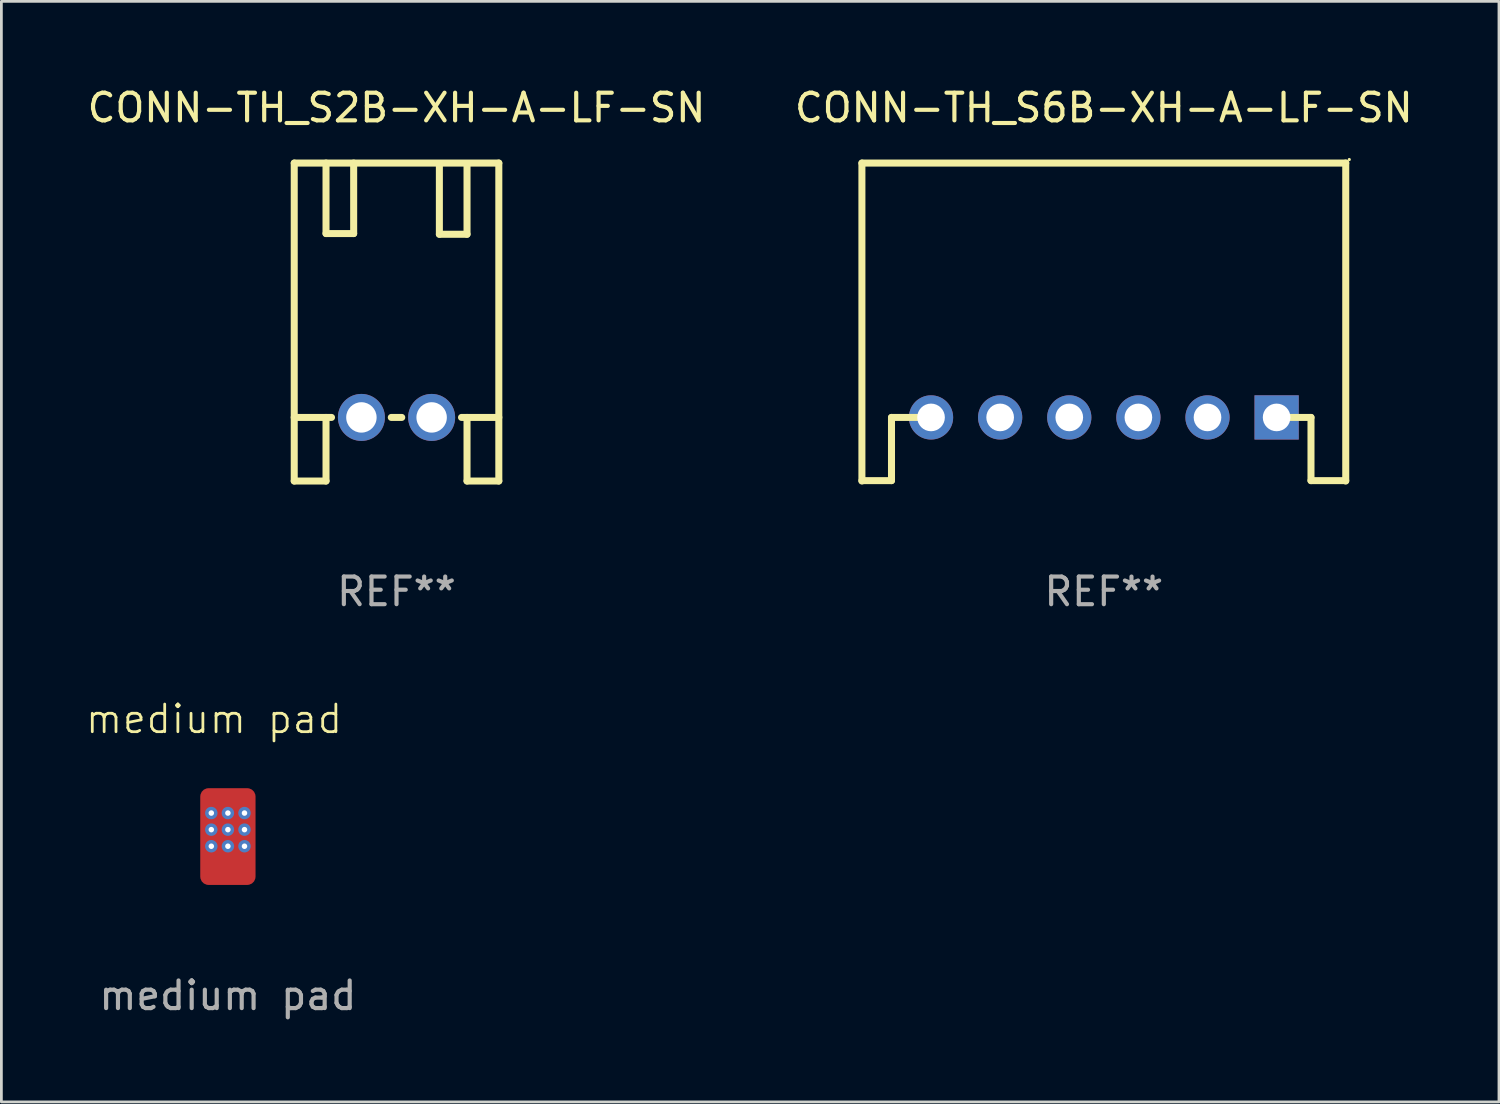
<source format=kicad_pcb>
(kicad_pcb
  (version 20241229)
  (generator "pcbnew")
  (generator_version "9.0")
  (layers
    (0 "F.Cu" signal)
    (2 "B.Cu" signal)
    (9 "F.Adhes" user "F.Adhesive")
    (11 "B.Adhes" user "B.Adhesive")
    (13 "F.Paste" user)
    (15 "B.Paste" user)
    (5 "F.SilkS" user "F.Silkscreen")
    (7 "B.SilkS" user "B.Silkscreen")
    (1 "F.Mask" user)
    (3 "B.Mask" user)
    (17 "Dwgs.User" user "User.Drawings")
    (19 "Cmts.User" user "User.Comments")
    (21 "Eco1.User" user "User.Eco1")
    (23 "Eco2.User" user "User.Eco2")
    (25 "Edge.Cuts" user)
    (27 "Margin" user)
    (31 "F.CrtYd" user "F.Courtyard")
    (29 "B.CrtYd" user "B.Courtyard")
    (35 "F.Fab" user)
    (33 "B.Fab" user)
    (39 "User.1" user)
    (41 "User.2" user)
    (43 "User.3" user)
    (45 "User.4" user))
  (footprint "CONN-TH_S2B-XH-A-LF-SN"
    (layer "F.Cu")
    (at 11.292 12.048)
    (property "Reference" "CONN-TH_S2B-XH-A-LF-SN" (at -0.000381 -11.2 0) (layer "F.SilkS") (effects (font (size 1 1) (thickness 0.15))))
    (attr through_hole)
    (fp_line (start -3.701 0) (end -2.351 0) (stroke (width 0.254) (type solid)) (layer "F.SilkS"))
    (fp_line (start -3.7 -9.2) (end 3.7 -9.2) (stroke (width 0.254) (type solid)) (layer "F.SilkS"))
    (fp_line (start -3.7 2.3) (end -2.55 2.3) (stroke (width 0.254) (type solid)) (layer "F.SilkS"))
    (fp_line (start -3.7 2.3) (end -3.7 -9.2) (stroke (width 0.254) (type solid)) (layer "F.SilkS"))
    (fp_line (start -2.55 -9.2) (end -2.55 -6.65) (stroke (width 0.254) (type solid)) (layer "F.SilkS"))
    (fp_line (start -2.55 -6.65) (end -1.55 -6.65) (stroke (width 0.254) (type solid)) (layer "F.SilkS"))
    (fp_line (start -2.55 2.3) (end -2.55 0) (stroke (width 0.254) (type solid)) (layer "F.SilkS"))
    (fp_line (start -1.55 -6.65) (end -1.55 -9.2) (stroke (width 0.254) (type solid)) (layer "F.SilkS"))
    (fp_line (start -0.189 0) (end 0.189 0) (stroke (width 0.254) (type solid)) (layer "F.SilkS"))
    (fp_line (start 1.55 -9.175) (end 1.55 -6.625) (stroke (width 0.254) (type solid)) (layer "F.SilkS"))
    (fp_line (start 1.55 -6.625) (end 2.55 -6.625) (stroke (width 0.254) (type solid)) (layer "F.SilkS"))
    (fp_line (start 2.351 0) (end 3.7 0) (stroke (width 0.254) (type solid)) (layer "F.SilkS"))
    (fp_line (start 2.55 2.3) (end 2.55 0) (stroke (width 0.254) (type solid)) (layer "F.SilkS"))
    (fp_line (start 2.55 -6.625) (end 2.55 -9.175) (stroke (width 0.254) (type solid)) (layer "F.SilkS"))
    (fp_line (start 3.7 -9.2) (end 3.7 2.3) (stroke (width 0.254) (type solid)) (layer "F.SilkS"))
    (fp_line (start 3.7 2.3) (end 2.55 2.3) (stroke (width 0.254) (type solid)) (layer "F.SilkS"))
    (fp_circle (center 3.7 -9.2) (end 3.73 -9.2) (stroke (width 0.06) (type solid)) (fill no) (layer "F.SilkS"))
    (fp_text user "REF**" (at -0.000381 6.3 0) (layer "F.Fab") (effects (font (size 1 1) (thickness 0.15))))
    (pad "1" thru_hole circle (at 1.27 0) (size 1.7 1.7) (drill 1.1) (layers "*.Cu" "*.Mask"))
    (pad "2" thru_hole circle (at -1.27 0) (size 1.7 1.7) (drill 1.1) (layers "*.Cu" "*.Mask")))
  (footprint "medium pad"
    (layer "F.Cu")
    (at 5.193 26.958)
    (property "Reference" "medium pad" (at -0.5 -4 0) (unlocked yes) (layer "F.SilkS") (effects (font (size 1 1) (thickness 0.1))))
    (attr through_hole)
    (fp_text user "${REFERENCE}" (at 0 6 0) (unlocked yes) (layer "F.Fab") (effects (font (size 1 1) (thickness 0.15))))
    (pad "1" smd roundrect (at 0 0.25 90) (size 3.5 2) (layers "F.Cu" "F.Mask") (roundrect_rratio 0.15))
    (pad "3" thru_hole circle (at -0.6 -0.6) (size 0.45 0.45) (drill 0.2) (layers "*.Cu"))
    (pad "4" thru_hole circle (at 0 -0.6) (size 0.45 0.45) (drill 0.2) (layers "*.Cu"))
    (pad "5" thru_hole circle (at 0.6 -0.6) (size 0.45 0.45) (drill 0.2) (layers "*.Cu"))
    (pad "6" thru_hole circle (at -0.6 0) (size 0.45 0.45) (drill 0.2) (layers "*.Cu"))
    (pad "7" thru_hole circle (at 0 0) (size 0.45 0.45) (drill 0.2) (layers "*.Cu"))
    (pad "8" thru_hole circle (at 0.6 0) (size 0.45 0.45) (drill 0.2) (layers "*.Cu"))
    (pad "9" thru_hole circle (at -0.6 0.6) (size 0.45 0.45) (drill 0.2) (layers "*.Cu"))
    (pad "10" thru_hole circle (at 0 0.6) (size 0.45 0.45) (drill 0.2) (layers "*.Cu"))
    (pad "11" thru_hole circle (at 0.6 0.6) (size 0.45 0.45) (drill 0.2) (layers "*.Cu")))
  (footprint "CONN-TH_S6B-XH-A-LF-SN"
    (layer "F.Cu")
    (at 36.875 12.048)
    (property "Reference" "CONN-TH_S6B-XH-A-LF-SN" (at -0.000038 -11.2 0) (layer "F.SilkS") (effects (font (size 1 1) (thickness 0.15))))
    (attr through_hole)
    (fp_line (start -8.75 -9.2) (end 8.75 -9.2) (stroke (width 0.254) (type solid)) (layer "F.SilkS"))
    (fp_line (start -8.75 -9.2) (end -8.75 2.3) (stroke (width 0.254) (type solid)) (layer "F.SilkS"))
    (fp_line (start -7.68 0) (end -6.283 0) (stroke (width 0.254) (type solid)) (layer "F.SilkS"))
    (fp_line (start -7.68 2.286) (end -8.75 2.286) (stroke (width 0.254) (type solid)) (layer "F.SilkS"))
    (fp_line (start -7.68 2.286) (end -7.68 0) (stroke (width 0.254) (type solid)) (layer "F.SilkS"))
    (fp_line (start 7.493 0) (end 6.223 0) (stroke (width 0.254) (type solid)) (layer "F.SilkS"))
    (fp_line (start 7.493 2.286) (end 7.493 0) (stroke (width 0.254) (type solid)) (layer "F.SilkS"))
    (fp_line (start 7.493 2.286) (end 8.75 2.286) (stroke (width 0.254) (type solid)) (layer "F.SilkS"))
    (fp_line (start 8.75 -9.2) (end 8.75 2.301) (stroke (width 0.254) (type solid)) (layer "F.SilkS"))
    (fp_circle (center 8.877 -9.327) (end 8.907 -9.327) (stroke (width 0.06) (type solid)) (fill no) (layer "F.SilkS"))
    (fp_text user "REF**" (at -0.000038 6.301 0) (layer "F.Fab") (effects (font (size 1 1) (thickness 0.15))))
    (pad "1" thru_hole rect (at 6.25 -0.000051 90) (size 1.6 1.6) (drill 1) (layers "*.Cu" "*.Mask"))
    (pad "2" thru_hole circle (at 3.75 -0.000051 90) (size 1.6 1.6) (drill 1) (layers "*.Cu" "*.Mask"))
    (pad "3" thru_hole circle (at 1.25 -0.000051 90) (size 1.6 1.6) (drill 1) (layers "*.Cu" "*.Mask"))
    (pad "4" thru_hole circle (at -1.25 -0.000051 90) (size 1.6 1.6) (drill 1) (layers "*.Cu" "*.Mask"))
    (pad "5" thru_hole circle (at -3.75 -0.000051 90) (size 1.6 1.6) (drill 1) (layers "*.Cu" "*.Mask"))
    (pad "6" thru_hole circle (at -6.25 -0.000051 90) (size 1.6 1.6) (drill 1) (layers "*.Cu" "*.Mask")))
  (gr_rect
    (start -3 -3)
    (end 51.167 36.807)
    (stroke (width 0.1) (type default))
    (fill no)
    (layer "Edge.Cuts")))
</source>
